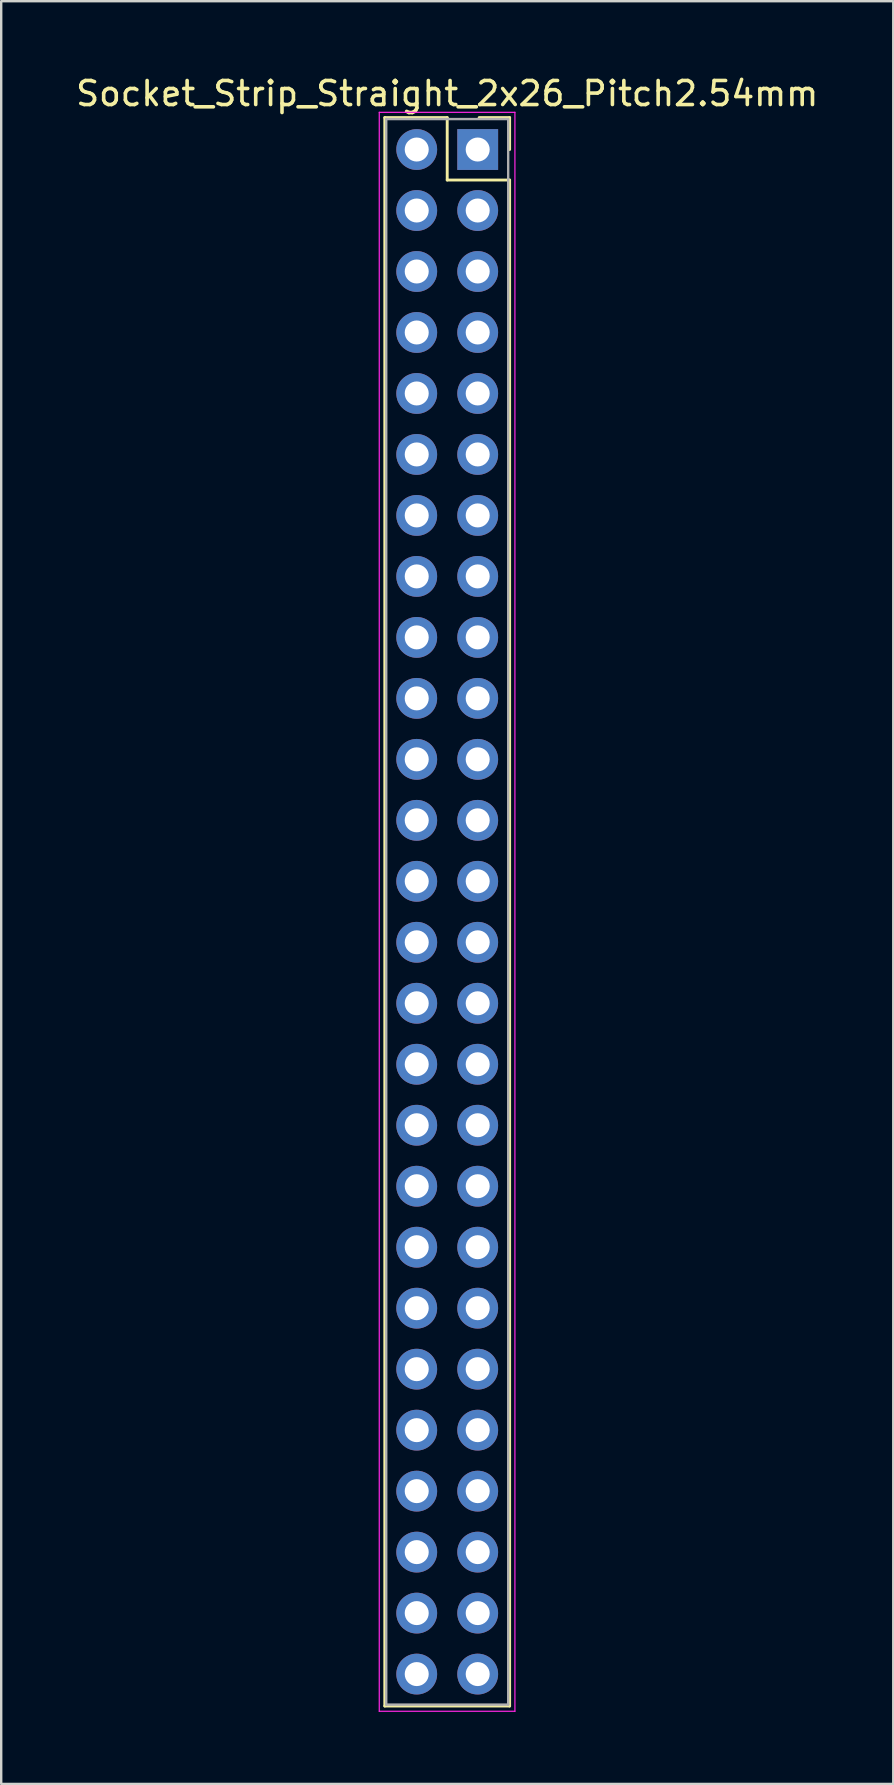
<source format=kicad_pcb>
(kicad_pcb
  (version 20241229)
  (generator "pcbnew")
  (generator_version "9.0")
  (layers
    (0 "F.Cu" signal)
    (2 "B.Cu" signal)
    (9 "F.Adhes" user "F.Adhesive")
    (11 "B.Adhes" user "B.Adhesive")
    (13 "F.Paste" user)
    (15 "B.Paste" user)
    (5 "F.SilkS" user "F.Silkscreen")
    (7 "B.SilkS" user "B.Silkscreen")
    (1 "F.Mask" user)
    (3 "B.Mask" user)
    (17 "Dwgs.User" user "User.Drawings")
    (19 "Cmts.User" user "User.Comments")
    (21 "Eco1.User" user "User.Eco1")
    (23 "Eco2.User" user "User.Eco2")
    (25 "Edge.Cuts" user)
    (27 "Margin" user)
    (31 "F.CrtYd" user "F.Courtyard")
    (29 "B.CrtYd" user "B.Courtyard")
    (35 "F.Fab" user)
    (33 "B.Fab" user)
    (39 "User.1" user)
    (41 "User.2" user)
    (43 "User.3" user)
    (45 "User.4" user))
  (footprint "Socket_Strip_Straight_2x26_Pitch2.54mm"
    (layer "F.Cu")
    (at 16.847 3.178)
    (property "Reference" "Socket_Strip_Straight_2x26_Pitch2.54mm" (at -1.27 -2.33 0) (layer "F.SilkS") (effects (font (size 1 1) (thickness 0.15))))
    (attr through_hole)
    (fp_line (start -3.87 -1.33) (end -1.27 -1.33) (stroke (width 0.12) (type solid)) (layer "F.SilkS"))
    (fp_line (start -3.87 64.83) (end -3.87 -1.33) (stroke (width 0.12) (type solid)) (layer "F.SilkS"))
    (fp_line (start -1.27 -1.33) (end -1.27 1.27) (stroke (width 0.12) (type solid)) (layer "F.SilkS"))
    (fp_line (start -1.27 1.27) (end 1.33 1.27) (stroke (width 0.12) (type solid)) (layer "F.SilkS"))
    (fp_line (start 1.33 -1.33) (end 0.06 -1.33) (stroke (width 0.12) (type solid)) (layer "F.SilkS"))
    (fp_line (start 1.33 0) (end 1.33 -1.33) (stroke (width 0.12) (type solid)) (layer "F.SilkS"))
    (fp_line (start 1.33 1.27) (end 1.33 64.83) (stroke (width 0.12) (type solid)) (layer "F.SilkS"))
    (fp_line (start 1.33 64.83) (end -3.87 64.83) (stroke (width 0.12) (type solid)) (layer "F.SilkS"))
    (fp_line (start -4.1 -1.55) (end -4.1 65.05) (stroke (width 0.05) (type solid)) (layer "F.CrtYd"))
    (fp_line (start -4.1 65.05) (end 1.55 65.05) (stroke (width 0.05) (type solid)) (layer "F.CrtYd"))
    (fp_line (start 1.55 -1.55) (end -4.1 -1.55) (stroke (width 0.05) (type solid)) (layer "F.CrtYd"))
    (fp_line (start 1.55 65.05) (end 1.55 -1.55) (stroke (width 0.05) (type solid)) (layer "F.CrtYd"))
    (fp_line (start -3.81 -1.27) (end -3.81 64.77) (stroke (width 0.1) (type solid)) (layer "F.Fab"))
    (fp_line (start -3.81 64.77) (end 1.27 64.77) (stroke (width 0.1) (type solid)) (layer "F.Fab"))
    (fp_line (start 1.27 -1.27) (end -3.81 -1.27) (stroke (width 0.1) (type solid)) (layer "F.Fab"))
    (fp_line (start 1.27 64.77) (end 1.27 -1.27) (stroke (width 0.1) (type solid)) (layer "F.Fab"))
    (pad "1" thru_hole rect (at 0 0) (size 1.7 1.7) (drill 1) (layers "*.Cu" "*.Mask"))
    (pad "2" thru_hole oval (at -2.54 0) (size 1.7 1.7) (drill 1) (layers "*.Cu" "*.Mask"))
    (pad "3" thru_hole oval (at 0 2.54) (size 1.7 1.7) (drill 1) (layers "*.Cu" "*.Mask"))
    (pad "4" thru_hole oval (at -2.54 2.54) (size 1.7 1.7) (drill 1) (layers "*.Cu" "*.Mask"))
    (pad "5" thru_hole oval (at 0 5.08) (size 1.7 1.7) (drill 1) (layers "*.Cu" "*.Mask"))
    (pad "6" thru_hole oval (at -2.54 5.08) (size 1.7 1.7) (drill 1) (layers "*.Cu" "*.Mask"))
    (pad "7" thru_hole oval (at 0 7.62) (size 1.7 1.7) (drill 1) (layers "*.Cu" "*.Mask"))
    (pad "8" thru_hole oval (at -2.54 7.62) (size 1.7 1.7) (drill 1) (layers "*.Cu" "*.Mask"))
    (pad "9" thru_hole oval (at 0 10.16) (size 1.7 1.7) (drill 1) (layers "*.Cu" "*.Mask"))
    (pad "10" thru_hole oval (at -2.54 10.16) (size 1.7 1.7) (drill 1) (layers "*.Cu" "*.Mask"))
    (pad "11" thru_hole oval (at 0 12.7) (size 1.7 1.7) (drill 1) (layers "*.Cu" "*.Mask"))
    (pad "12" thru_hole oval (at -2.54 12.7) (size 1.7 1.7) (drill 1) (layers "*.Cu" "*.Mask"))
    (pad "13" thru_hole oval (at 0 15.24) (size 1.7 1.7) (drill 1) (layers "*.Cu" "*.Mask"))
    (pad "14" thru_hole oval (at -2.54 15.24) (size 1.7 1.7) (drill 1) (layers "*.Cu" "*.Mask"))
    (pad "15" thru_hole oval (at 0 17.78) (size 1.7 1.7) (drill 1) (layers "*.Cu" "*.Mask"))
    (pad "16" thru_hole oval (at -2.54 17.78) (size 1.7 1.7) (drill 1) (layers "*.Cu" "*.Mask"))
    (pad "17" thru_hole oval (at 0 20.32) (size 1.7 1.7) (drill 1) (layers "*.Cu" "*.Mask"))
    (pad "18" thru_hole oval (at -2.54 20.32) (size 1.7 1.7) (drill 1) (layers "*.Cu" "*.Mask"))
    (pad "19" thru_hole oval (at 0 22.86) (size 1.7 1.7) (drill 1) (layers "*.Cu" "*.Mask"))
    (pad "20" thru_hole oval (at -2.54 22.86) (size 1.7 1.7) (drill 1) (layers "*.Cu" "*.Mask"))
    (pad "21" thru_hole oval (at 0 25.4) (size 1.7 1.7) (drill 1) (layers "*.Cu" "*.Mask"))
    (pad "22" thru_hole oval (at -2.54 25.4) (size 1.7 1.7) (drill 1) (layers "*.Cu" "*.Mask"))
    (pad "23" thru_hole oval (at 0 27.94) (size 1.7 1.7) (drill 1) (layers "*.Cu" "*.Mask"))
    (pad "24" thru_hole oval (at -2.54 27.94) (size 1.7 1.7) (drill 1) (layers "*.Cu" "*.Mask"))
    (pad "25" thru_hole oval (at 0 30.48) (size 1.7 1.7) (drill 1) (layers "*.Cu" "*.Mask"))
    (pad "26" thru_hole oval (at -2.54 30.48) (size 1.7 1.7) (drill 1) (layers "*.Cu" "*.Mask"))
    (pad "27" thru_hole oval (at 0 33.02) (size 1.7 1.7) (drill 1) (layers "*.Cu" "*.Mask"))
    (pad "28" thru_hole oval (at -2.54 33.02) (size 1.7 1.7) (drill 1) (layers "*.Cu" "*.Mask"))
    (pad "29" thru_hole oval (at 0 35.56) (size 1.7 1.7) (drill 1) (layers "*.Cu" "*.Mask"))
    (pad "30" thru_hole oval (at -2.54 35.56) (size 1.7 1.7) (drill 1) (layers "*.Cu" "*.Mask"))
    (pad "31" thru_hole oval (at 0 38.1) (size 1.7 1.7) (drill 1) (layers "*.Cu" "*.Mask"))
    (pad "32" thru_hole oval (at -2.54 38.1) (size 1.7 1.7) (drill 1) (layers "*.Cu" "*.Mask"))
    (pad "33" thru_hole oval (at 0 40.64) (size 1.7 1.7) (drill 1) (layers "*.Cu" "*.Mask"))
    (pad "34" thru_hole oval (at -2.54 40.64) (size 1.7 1.7) (drill 1) (layers "*.Cu" "*.Mask"))
    (pad "35" thru_hole oval (at 0 43.18) (size 1.7 1.7) (drill 1) (layers "*.Cu" "*.Mask"))
    (pad "36" thru_hole oval (at -2.54 43.18) (size 1.7 1.7) (drill 1) (layers "*.Cu" "*.Mask"))
    (pad "37" thru_hole oval (at 0 45.72) (size 1.7 1.7) (drill 1) (layers "*.Cu" "*.Mask"))
    (pad "38" thru_hole oval (at -2.54 45.72) (size 1.7 1.7) (drill 1) (layers "*.Cu" "*.Mask"))
    (pad "39" thru_hole oval (at 0 48.26) (size 1.7 1.7) (drill 1) (layers "*.Cu" "*.Mask"))
    (pad "40" thru_hole oval (at -2.54 48.26) (size 1.7 1.7) (drill 1) (layers "*.Cu" "*.Mask"))
    (pad "41" thru_hole oval (at 0 50.8) (size 1.7 1.7) (drill 1) (layers "*.Cu" "*.Mask"))
    (pad "42" thru_hole oval (at -2.54 50.8) (size 1.7 1.7) (drill 1) (layers "*.Cu" "*.Mask"))
    (pad "43" thru_hole oval (at 0 53.34) (size 1.7 1.7) (drill 1) (layers "*.Cu" "*.Mask"))
    (pad "44" thru_hole oval (at -2.54 53.34) (size 1.7 1.7) (drill 1) (layers "*.Cu" "*.Mask"))
    (pad "45" thru_hole oval (at 0 55.88) (size 1.7 1.7) (drill 1) (layers "*.Cu" "*.Mask"))
    (pad "46" thru_hole oval (at -2.54 55.88) (size 1.7 1.7) (drill 1) (layers "*.Cu" "*.Mask"))
    (pad "47" thru_hole oval (at 0 58.42) (size 1.7 1.7) (drill 1) (layers "*.Cu" "*.Mask"))
    (pad "48" thru_hole oval (at -2.54 58.42) (size 1.7 1.7) (drill 1) (layers "*.Cu" "*.Mask"))
    (pad "49" thru_hole oval (at 0 60.96) (size 1.7 1.7) (drill 1) (layers "*.Cu" "*.Mask"))
    (pad "50" thru_hole oval (at -2.54 60.96) (size 1.7 1.7) (drill 1) (layers "*.Cu" "*.Mask"))
    (pad "51" thru_hole oval (at 0 63.5) (size 1.7 1.7) (drill 1) (layers "*.Cu" "*.Mask"))
    (pad "52" thru_hole oval (at -2.54 63.5) (size 1.7 1.7) (drill 1) (layers "*.Cu" "*.Mask")))
  (gr_rect
    (start -3 -3)
    (end 34.155 71.253)
    (stroke (width 0.1) (type default))
    (fill no)
    (layer "Edge.Cuts")))
</source>
